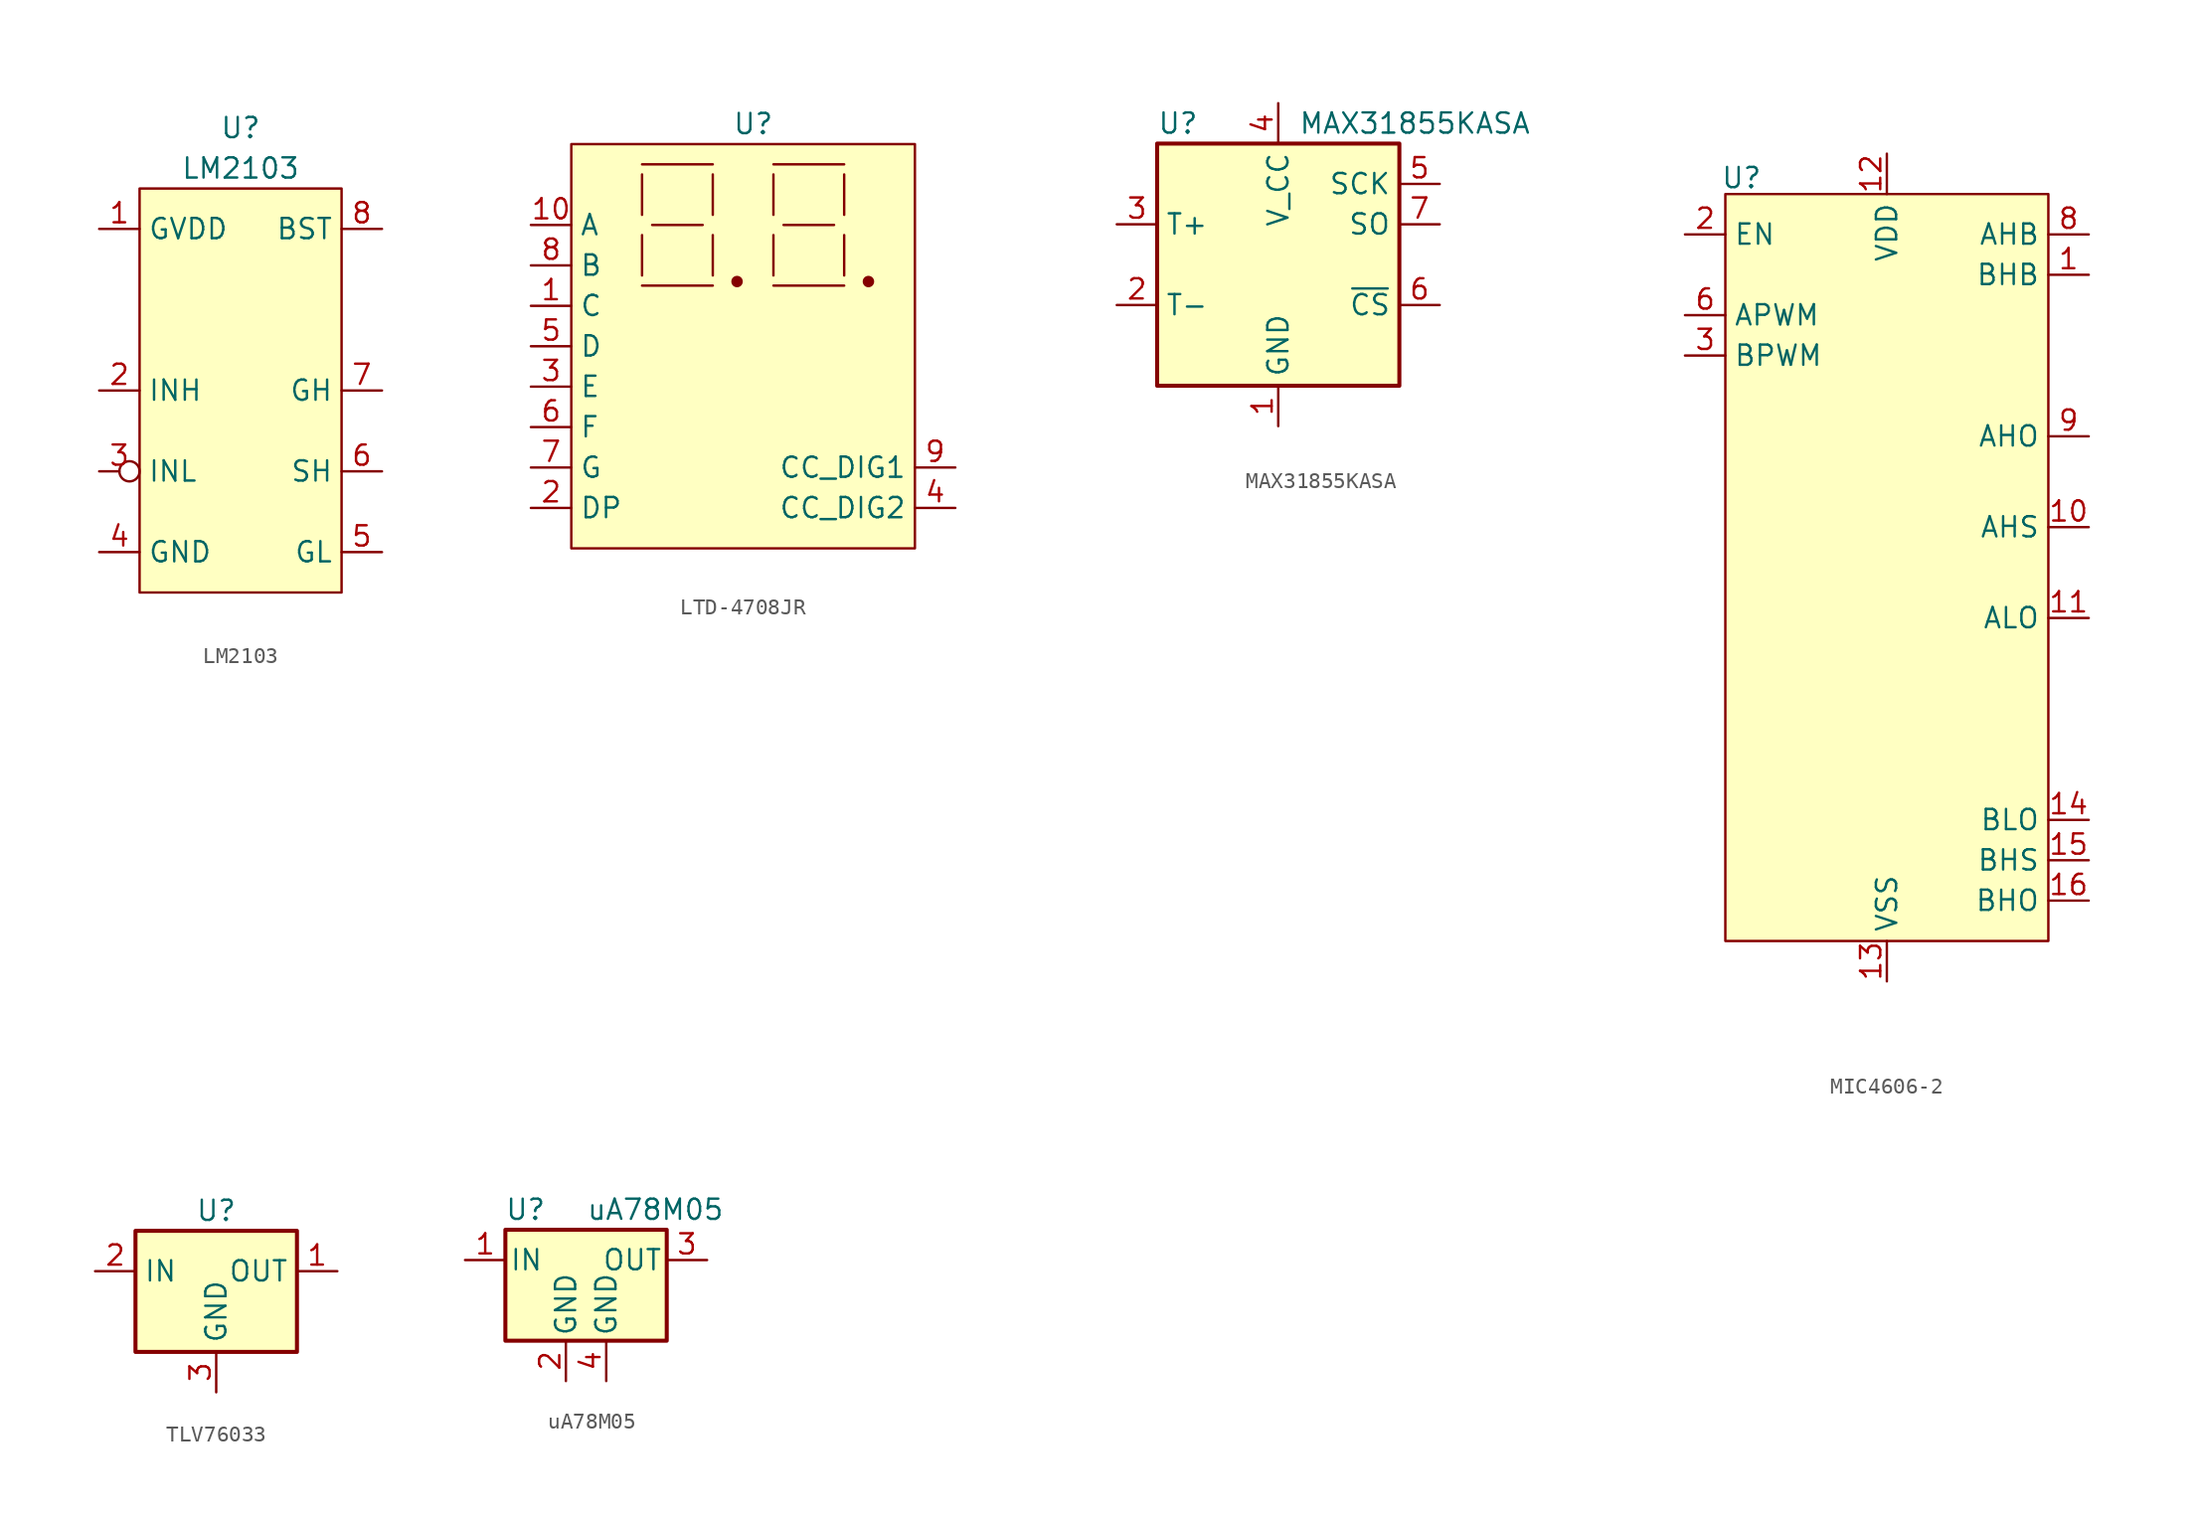
<source format=kicad_sym>
(kicad_symbol_lib
  (version 20231120)
  (generator "kicad_symbol_editor")
  (generator_version "8.0")
  (symbol "LM2103"
    (property "Reference" "U"
      (at 0 16.51 0)
      (effects (font (size 1.27 1.27))))
    (property "Value" "LM2103"
      (at 0 13.97 0)
      (effects (font (size 1.27 1.27))))
    (symbol "LM2103_1_1"
      (rectangle (start -6.35 12.7) (end 6.35 -12.7) (stroke (width 0) (type default)) (fill (type background)))
      (pin input line (at -8.89 10.16 0) (length 2.54) (name "GVDD" (effects (font (size 1.27 1.27)))) (number "1" (effects (font (size 1.27 1.27)))))
      (pin input line (at -8.89 0 0) (length 2.54) (name "INH" (effects (font (size 1.27 1.27)))) (number "2" (effects (font (size 1.27 1.27)))))
      (pin input inverted (at -8.89 -5.08 0) (length 2.54) (name "INL" (effects (font (size 1.27 1.27)))) (number "3" (effects (font (size 1.27 1.27)))))
      (pin input line (at -8.89 -10.16 0) (length 2.54) (name "GND" (effects (font (size 1.27 1.27)))) (number "4" (effects (font (size 1.27 1.27)))))
      (pin input line (at 8.89 -10.16 180) (length 2.54) (name "GL" (effects (font (size 1.27 1.27)))) (number "5" (effects (font (size 1.27 1.27)))))
      (pin input line (at 8.89 -5.08 180) (length 2.54) (name "SH" (effects (font (size 1.27 1.27)))) (number "6" (effects (font (size 1.27 1.27)))))
      (pin input line (at 8.89 0 180) (length 2.54) (name "GH" (effects (font (size 1.27 1.27)))) (number "7" (effects (font (size 1.27 1.27)))))
      (pin input line (at 8.89 10.16 180) (length 2.54) (name "BST" (effects (font (size 1.27 1.27)))) (number "8" (effects (font (size 1.27 1.27)))))))
  (symbol "LTD-4708JR"
    (property "Reference" "U"
      (at 0 6.35 0)
      (effects (font (size 1.27 1.27))))
    (property "Value" ""
      (at 0 0 0)
      (effects (font (size 1.27 1.27))))
    (symbol "LTD-4708JR_0_1"
      (polyline (pts (xy -6.985 -3.81) (xy -2.54 -3.81)) (stroke (width 0) (type default)) (fill (type none)))
      (polyline (pts (xy -6.985 -0.635) (xy -6.985 -3.175)) (stroke (width 0) (type default)) (fill (type none)))
      (polyline (pts (xy -6.985 3.175) (xy -6.985 0.635)) (stroke (width 0) (type default)) (fill (type none)))
      (polyline (pts (xy -6.985 3.81) (xy -2.54 3.81)) (stroke (width 0) (type default)) (fill (type none)))
      (polyline (pts (xy -6.35 0) (xy -3.175 0)) (stroke (width 0) (type default)) (fill (type none)))
      (polyline (pts (xy -2.54 -0.635) (xy -2.54 -3.175)) (stroke (width 0) (type default)) (fill (type none)))
      (polyline (pts (xy -2.54 3.175) (xy -2.54 0.635)) (stroke (width 0) (type default)) (fill (type none)))
      (polyline (pts (xy 1.27 -3.81) (xy 5.715 -3.81)) (stroke (width 0) (type default)) (fill (type none)))
      (polyline (pts (xy 1.27 -0.635) (xy 1.27 -3.175)) (stroke (width 0) (type default)) (fill (type none)))
      (polyline (pts (xy 1.27 3.175) (xy 1.27 0.635)) (stroke (width 0) (type default)) (fill (type none)))
      (polyline (pts (xy 1.27 3.81) (xy 5.715 3.81)) (stroke (width 0) (type default)) (fill (type none)))
      (polyline (pts (xy 1.905 0) (xy 5.08 0)) (stroke (width 0) (type default)) (fill (type none)))
      (polyline (pts (xy 5.715 -0.635) (xy 5.715 -3.175)) (stroke (width 0) (type default)) (fill (type none)))
      (polyline (pts (xy 5.715 3.175) (xy 5.715 0.635)) (stroke (width 0) (type default)) (fill (type none))))
    (symbol "LTD-4708JR_1_1"
      (rectangle (start -11.43 5.08) (end 10.16 -20.32) (stroke (width 0) (type default)) (fill (type background)))
      (circle (center -1.016 -3.556) (radius 0.284) (stroke (width 0) (type default)) (fill (type outline)))
      (circle (center 7.239 -3.556) (radius 0.284) (stroke (width 0) (type default)) (fill (type outline)))
      (pin input line (at -13.97 -5.08 0) (length 2.54) (name "C" (effects (font (size 1.27 1.27)))) (number "1" (effects (font (size 1.27 1.27)))))
      (pin input line (at -13.97 0 0) (length 2.54) (name "A" (effects (font (size 1.27 1.27)))) (number "10" (effects (font (size 1.27 1.27)))))
      (pin input line (at -13.97 -17.78 0) (length 2.54) (name "DP" (effects (font (size 1.27 1.27)))) (number "2" (effects (font (size 1.27 1.27)))))
      (pin input line (at -13.97 -10.16 0) (length 2.54) (name "E" (effects (font (size 1.27 1.27)))) (number "3" (effects (font (size 1.27 1.27)))))
      (pin input line (at 12.7 -17.78 180) (length 2.54) (name "CC_DIG2" (effects (font (size 1.27 1.27)))) (number "4" (effects (font (size 1.27 1.27)))))
      (pin input line (at -13.97 -7.62 0) (length 2.54) (name "D" (effects (font (size 1.27 1.27)))) (number "5" (effects (font (size 1.27 1.27)))))
      (pin input line (at -13.97 -12.7 0) (length 2.54) (name "F" (effects (font (size 1.27 1.27)))) (number "6" (effects (font (size 1.27 1.27)))))
      (pin input line (at -13.97 -15.24 0) (length 2.54) (name "G" (effects (font (size 1.27 1.27)))) (number "7" (effects (font (size 1.27 1.27)))))
      (pin input line (at -13.97 -2.54 0) (length 2.54) (name "B" (effects (font (size 1.27 1.27)))) (number "8" (effects (font (size 1.27 1.27)))))
      (pin input line (at 12.7 -15.24 180) (length 2.54) (name "CC_DIG1" (effects (font (size 1.27 1.27)))) (number "9" (effects (font (size 1.27 1.27)))))))
  (symbol "MAX31855KASA"
    (property "Reference" "U"
      (at -7.62 8.89 0)
      (effects (font (size 1.27 1.27)) (justify left)))
    (property "Value" "MAX31855KASA"
      (at 1.27 8.89 0)
      (effects (font (size 1.27 1.27)) (justify left)))
    (symbol "MAX31855KASA_0_1"
      (rectangle (start -7.62 7.62) (end 7.62 -7.62) (stroke (width 0.254) (type default)) (fill (type background))))
    (symbol "MAX31855KASA_1_1"
      (pin power_in line (at 0 -10.16 90) (length 2.54) (name "GND" (effects (font (size 1.27 1.27)))) (number "1" (effects (font (size 1.27 1.27)))))
      (pin passive line (at -10.16 -2.54 0) (length 2.54) (name "T-" (effects (font (size 1.27 1.27)))) (number "2" (effects (font (size 1.27 1.27)))))
      (pin passive line (at -10.16 2.54 0) (length 2.54) (name "T+" (effects (font (size 1.27 1.27)))) (number "3" (effects (font (size 1.27 1.27)))))
      (pin power_in line (at 0 10.16 270) (length 2.54) (name "V_CC" (effects (font (size 1.27 1.27)))) (number "4" (effects (font (size 1.27 1.27)))))
      (pin input line (at 10.16 5.08 180) (length 2.54) (name "SCK" (effects (font (size 1.27 1.27)))) (number "5" (effects (font (size 1.27 1.27)))))
      (pin input line (at 10.16 -2.54 180) (length 2.54) (name "~{CS}" (effects (font (size 1.27 1.27)))) (number "6" (effects (font (size 1.27 1.27)))))
      (pin tri_state line (at 10.16 2.54 180) (length 2.54) (name "SO" (effects (font (size 1.27 1.27)))) (number "7" (effects (font (size 1.27 1.27)))))
      (pin no_connect line (at 10.16 -5.08 180) (length 2.54) hide (name "DNC" (effects (font (size 1.27 1.27)))) (number "8" (effects (font (size 1.27 1.27)))))))
  (symbol "MIC4606-2"
    (property "Reference" "U"
      (at -9.144 17.526 0)
      (effects (font (size 1.27 1.27))))
    (property "Value" ""
      (at 0 0 0)
      (effects (font (size 1.27 1.27))))
    (symbol "MIC4606-2_1_1"
      (rectangle (start -10.16 16.51) (end 10.16 -30.48) (stroke (width 0) (type default)) (fill (type background)))
      (pin input line (at 12.7 11.43 180) (length 2.54) (name "BHB" (effects (font (size 1.27 1.27)))) (number "1" (effects (font (size 1.27 1.27)))))
      (pin input line (at 12.7 -4.445 180) (length 2.54) (name "AHS" (effects (font (size 1.27 1.27)))) (number "10" (effects (font (size 1.27 1.27)))))
      (pin input line (at 12.7 -10.16 180) (length 2.54) (name "ALO" (effects (font (size 1.27 1.27)))) (number "11" (effects (font (size 1.27 1.27)))))
      (pin input line (at 0 19.05 270) (length 2.54) (name "VDD" (effects (font (size 1.27 1.27)))) (number "12" (effects (font (size 1.27 1.27)))))
      (pin input line (at 0 -33.02 90) (length 2.54) (name "VSS" (effects (font (size 1.27 1.27)))) (number "13" (effects (font (size 1.27 1.27)))))
      (pin input line (at 12.7 -22.86 180) (length 2.54) (name "BLO" (effects (font (size 1.27 1.27)))) (number "14" (effects (font (size 1.27 1.27)))))
      (pin input line (at 12.7 -25.4 180) (length 2.54) (name "BHS" (effects (font (size 1.27 1.27)))) (number "15" (effects (font (size 1.27 1.27)))))
      (pin input line (at 12.7 -27.94 180) (length 2.54) (name "BHO" (effects (font (size 1.27 1.27)))) (number "16" (effects (font (size 1.27 1.27)))))
      (pin input line (at -12.7 13.97 0) (length 2.54) (name "EN" (effects (font (size 1.27 1.27)))) (number "2" (effects (font (size 1.27 1.27)))))
      (pin input line (at -12.7 6.35 0) (length 2.54) (name "BPWM" (effects (font (size 1.27 1.27)))) (number "3" (effects (font (size 1.27 1.27)))))
      (pin no_connect line (at -12.7 2.54 0) (length 2.54) hide (name "NC" (effects (font (size 1.27 1.27)))) (number "4" (effects (font (size 1.27 1.27)))))
      (pin no_connect line (at -12.7 0 0) (length 2.54) hide (name "NC" (effects (font (size 1.27 1.27)))) (number "5" (effects (font (size 1.27 1.27)))))
      (pin input line (at -12.7 8.89 0) (length 2.54) (name "APWM" (effects (font (size 1.27 1.27)))) (number "6" (effects (font (size 1.27 1.27)))))
      (pin no_connect line (at -12.7 -2.54 0) (length 2.54) hide (name "NC" (effects (font (size 1.27 1.27)))) (number "7" (effects (font (size 1.27 1.27)))))
      (pin input line (at 12.7 13.97 180) (length 2.54) (name "AHB" (effects (font (size 1.27 1.27)))) (number "8" (effects (font (size 1.27 1.27)))))
      (pin input line (at 12.7 1.27 180) (length 2.54) (name "AHO" (effects (font (size 1.27 1.27)))) (number "9" (effects (font (size 1.27 1.27)))))))
  (symbol "TLV76033"
    (property "Reference" "U"
      (at 0 3.81 0)
      (effects (font (size 1.27 1.27))))
    (property "Value" ""
      (at 0 1.27 0)
      (effects (font (size 1.27 1.27))))
    (symbol "TLV76033_1_1"
      (rectangle (start -5.08 2.54) (end 5.08 -5.08) (stroke (width 0.254) (type default)) (fill (type background)))
      (pin power_out line (at 7.62 0 180) (length 2.54) (name "OUT" (effects (font (size 1.27 1.27)))) (number "1" (effects (font (size 1.27 1.27)))))
      (pin input line (at -7.62 0 0) (length 2.54) (name "IN" (effects (font (size 1.27 1.27)))) (number "2" (effects (font (size 1.27 1.27)))))
      (pin input line (at 0 -7.62 90) (length 2.54) (name "GND" (effects (font (size 1.27 1.27)))) (number "3" (effects (font (size 1.27 1.27)))))))
  (symbol "uA78M05"
    (pin_names
      (offset 0.254))
    (property "Reference" "U"
      (at -3.81 3.175 0)
      (effects (font (size 1.27 1.27))))
    (property "Value" "uA78M05"
      (at 0 3.175 0)
      (effects (font (size 1.27 1.27)) (justify left)))
    (symbol "uA78M05_0_1"
      (rectangle (start -5.08 1.905) (end 5.08 -5.08) (stroke (width 0.254) (type default)) (fill (type background))))
    (symbol "uA78M05_1_1"
      (pin power_in line (at -7.62 0 0) (length 2.54) (name "IN" (effects (font (size 1.27 1.27)))) (number "1" (effects (font (size 1.27 1.27)))))
      (pin power_in line (at -1.27 -7.62 90) (length 2.54) (name "GND" (effects (font (size 1.27 1.27)))) (number "2" (effects (font (size 1.27 1.27)))))
      (pin power_out line (at 7.62 0 180) (length 2.54) (name "OUT" (effects (font (size 1.27 1.27)))) (number "3" (effects (font (size 1.27 1.27)))))
      (pin power_in line (at 1.27 -7.62 90) (length 2.54) (name "GND" (effects (font (size 1.27 1.27)))) (number "4" (effects (font (size 1.27 1.27))))))))
</source>
